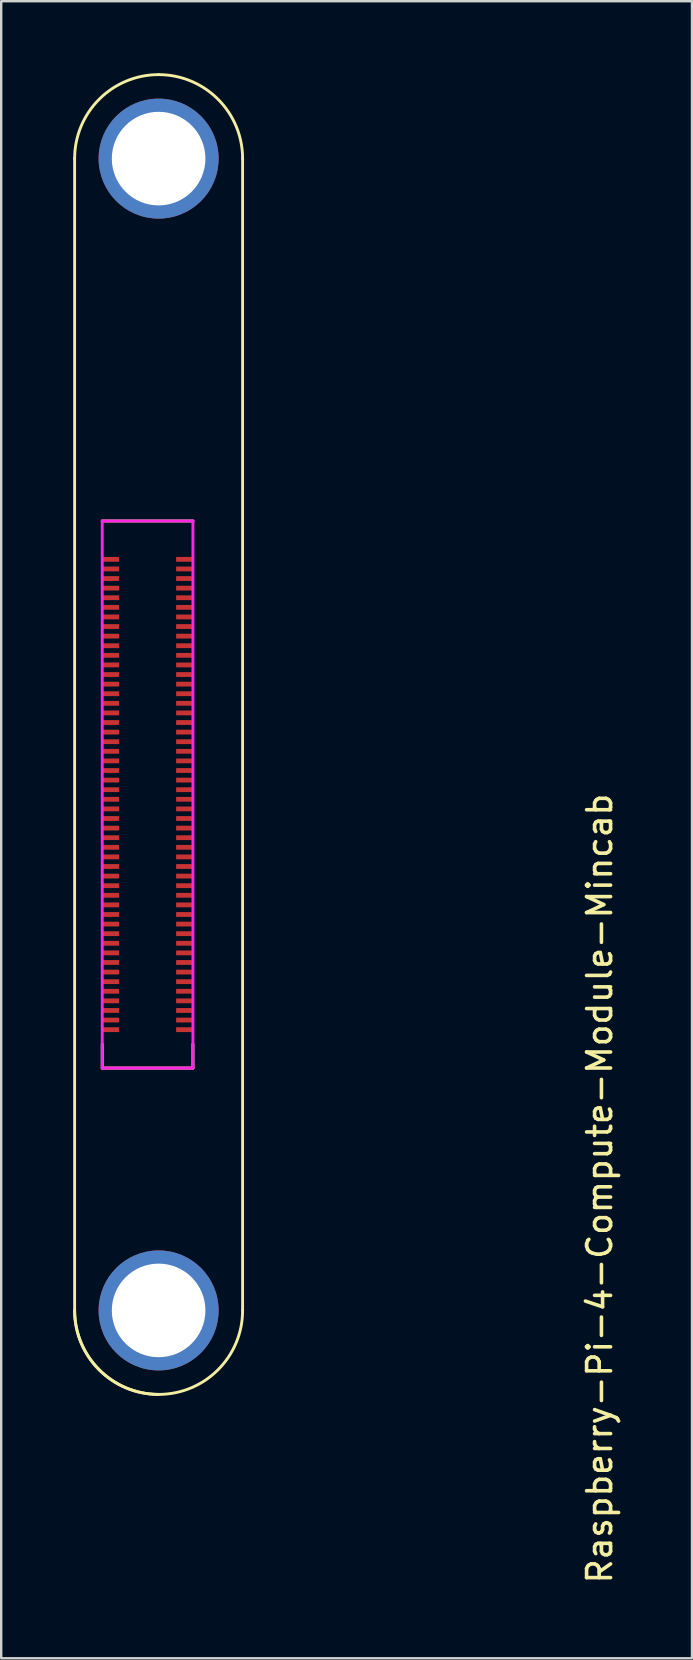
<source format=kicad_pcb>
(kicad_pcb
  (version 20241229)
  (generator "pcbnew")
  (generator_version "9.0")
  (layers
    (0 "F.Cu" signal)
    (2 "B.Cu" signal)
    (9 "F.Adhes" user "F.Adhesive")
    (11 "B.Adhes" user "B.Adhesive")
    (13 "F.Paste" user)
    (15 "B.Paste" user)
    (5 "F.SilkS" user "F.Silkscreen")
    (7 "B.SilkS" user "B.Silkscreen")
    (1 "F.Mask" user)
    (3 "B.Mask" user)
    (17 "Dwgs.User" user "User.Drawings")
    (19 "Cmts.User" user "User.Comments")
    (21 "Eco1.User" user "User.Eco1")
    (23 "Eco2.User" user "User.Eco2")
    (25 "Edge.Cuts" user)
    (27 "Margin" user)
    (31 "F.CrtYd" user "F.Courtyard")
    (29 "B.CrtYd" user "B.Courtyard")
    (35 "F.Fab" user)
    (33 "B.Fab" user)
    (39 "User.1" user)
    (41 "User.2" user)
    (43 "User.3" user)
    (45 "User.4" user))
  (footprint "Raspberry-Pi-4-Compute-Module-Mincab"
    (layer "F.Cu")
    (at 3.56 51.56)
    (property "Reference" "Raspberry-Pi-4-Compute-Module-Mincab" (at 18.38 -5.08 90) (layer "F.SilkS") (effects (font (size 1 1) (thickness 0.15))))
    (attr smd)
    (fp_line (start -3.5 -48) (end -3.5 0) (stroke (width 0.12) (type solid)) (layer "F.SilkS"))
    (fp_line (start -2.35 -32.9) (end 1.43 -32.9) (stroke (width 0.12) (type solid)) (layer "F.SilkS"))
    (fp_line (start -2.35 -10.1) (end -2.35 -11.1) (stroke (width 0.12) (type solid)) (layer "F.SilkS"))
    (fp_line (start -2.35 -10.1) (end 1.43 -10.1) (stroke (width 0.12) (type solid)) (layer "F.SilkS"))
    (fp_line (start 1.43 -10.1) (end 1.43 -11.1) (stroke (width 0.12) (type solid)) (layer "F.SilkS"))
    (fp_line (start 3.5 0) (end 3.5 -48) (stroke (width 0.12) (type solid)) (layer "F.SilkS"))
    (fp_arc (start -3.5 -48) (mid -2.474874 -50.474874) (end 0 -51.5) (stroke (width 0.12) (type solid)) (layer "F.SilkS"))
    (fp_arc (start 0 -51.5) (mid 2.474874 -50.474874) (end 3.5 -48) (stroke (width 0.12) (type solid)) (layer "F.SilkS"))
    (fp_arc (start 0 3.5) (mid -2.474874 2.474874) (end -3.5 0) (stroke (width 0.12) (type solid)) (layer "F.SilkS"))
    (fp_arc (start 3.5 0) (mid 0 3.5) (end -3.5 0) (stroke (width 0.12) (type solid)) (layer "F.SilkS"))
    (fp_line (start -2.35 -32.9) (end 1.43 -32.9) (stroke (width 0.12) (type solid)) (layer "F.CrtYd"))
    (fp_line (start -2.35 -10.1) (end -2.35 -32.9) (stroke (width 0.12) (type solid)) (layer "F.CrtYd"))
    (fp_line (start 1.43 -32.9) (end 1.43 -10.1) (stroke (width 0.12) (type solid)) (layer "F.CrtYd"))
    (fp_line (start 1.43 -10.1) (end -2.35 -10.1) (stroke (width 0.12) (type solid)) (layer "F.CrtYd"))
    (pad "1" smd rect (at -2 -31.3 270) (size 0.2 0.7) (layers "F.Cu" "F.Mask" "F.Paste"))
    (pad "2" smd rect (at 1.08 -31.3 270) (size 0.2 0.7) (layers "F.Cu" "F.Mask" "F.Paste"))
    (pad "3" smd rect (at -2 -30.9 270) (size 0.2 0.7) (layers "F.Cu" "F.Mask" "F.Paste"))
    (pad "4" smd rect (at 1.08 -30.9 270) (size 0.2 0.7) (layers "F.Cu" "F.Mask" "F.Paste"))
    (pad "5" smd rect (at -2 -30.5 270) (size 0.2 0.7) (layers "F.Cu" "F.Mask" "F.Paste"))
    (pad "6" smd rect (at 1.08 -30.5 270) (size 0.2 0.7) (layers "F.Cu" "F.Mask" "F.Paste"))
    (pad "7" smd rect (at -2 -30.1 270) (size 0.2 0.7) (layers "F.Cu" "F.Mask" "F.Paste"))
    (pad "8" smd rect (at 1.08 -30.1 270) (size 0.2 0.7) (layers "F.Cu" "F.Mask" "F.Paste"))
    (pad "9" smd rect (at -2 -29.7 270) (size 0.2 0.7) (layers "F.Cu" "F.Mask" "F.Paste"))
    (pad "10" smd rect (at 1.08 -29.7 270) (size 0.2 0.7) (layers "F.Cu" "F.Mask" "F.Paste"))
    (pad "11" smd rect (at -2 -29.3 270) (size 0.2 0.7) (layers "F.Cu" "F.Mask" "F.Paste"))
    (pad "12" smd rect (at 1.08 -29.3 270) (size 0.2 0.7) (layers "F.Cu" "F.Mask" "F.Paste"))
    (pad "13" smd rect (at -2 -28.9 270) (size 0.2 0.7) (layers "F.Cu" "F.Mask" "F.Paste"))
    (pad "14" smd rect (at 1.08 -28.9 270) (size 0.2 0.7) (layers "F.Cu" "F.Mask" "F.Paste"))
    (pad "15" smd rect (at -2 -28.5 270) (size 0.2 0.7) (layers "F.Cu" "F.Mask" "F.Paste"))
    (pad "16" smd rect (at 1.08 -28.5 270) (size 0.2 0.7) (layers "F.Cu" "F.Mask" "F.Paste"))
    (pad "17" smd rect (at -2 -28.1 270) (size 0.2 0.7) (layers "F.Cu" "F.Mask" "F.Paste"))
    (pad "18" smd rect (at 1.08 -28.1 270) (size 0.2 0.7) (layers "F.Cu" "F.Mask" "F.Paste"))
    (pad "19" smd rect (at -2 -27.7 270) (size 0.2 0.7) (layers "F.Cu" "F.Mask" "F.Paste"))
    (pad "20" smd rect (at 1.08 -27.7 270) (size 0.2 0.7) (layers "F.Cu" "F.Mask" "F.Paste"))
    (pad "21" smd rect (at -2 -27.3 270) (size 0.2 0.7) (layers "F.Cu" "F.Mask" "F.Paste"))
    (pad "22" smd rect (at 1.08 -27.3 270) (size 0.2 0.7) (layers "F.Cu" "F.Mask" "F.Paste"))
    (pad "23" smd rect (at -2 -26.9 270) (size 0.2 0.7) (layers "F.Cu" "F.Mask" "F.Paste"))
    (pad "24" smd rect (at 1.08 -26.9 270) (size 0.2 0.7) (layers "F.Cu" "F.Mask" "F.Paste"))
    (pad "25" smd rect (at -2 -26.5 270) (size 0.2 0.7) (layers "F.Cu" "F.Mask" "F.Paste"))
    (pad "26" smd rect (at 1.08 -26.5 270) (size 0.2 0.7) (layers "F.Cu" "F.Mask" "F.Paste"))
    (pad "27" smd rect (at -2 -26.1 270) (size 0.2 0.7) (layers "F.Cu" "F.Mask" "F.Paste"))
    (pad "28" smd rect (at 1.08 -26.1 270) (size 0.2 0.7) (layers "F.Cu" "F.Mask" "F.Paste"))
    (pad "29" smd rect (at -2 -25.7 270) (size 0.2 0.7) (layers "F.Cu" "F.Mask" "F.Paste"))
    (pad "30" smd rect (at 1.08 -25.7 270) (size 0.2 0.7) (layers "F.Cu" "F.Mask" "F.Paste"))
    (pad "31" smd rect (at -2 -25.3 270) (size 0.2 0.7) (layers "F.Cu" "F.Mask" "F.Paste"))
    (pad "32" smd rect (at 1.08 -25.3 270) (size 0.2 0.7) (layers "F.Cu" "F.Mask" "F.Paste"))
    (pad "33" smd rect (at -2 -24.9 270) (size 0.2 0.7) (layers "F.Cu" "F.Mask" "F.Paste"))
    (pad "34" smd rect (at 1.08 -24.9 270) (size 0.2 0.7) (layers "F.Cu" "F.Mask" "F.Paste"))
    (pad "35" smd rect (at -2 -24.5 270) (size 0.2 0.7) (layers "F.Cu" "F.Mask" "F.Paste"))
    (pad "36" smd rect (at 1.08 -24.5 270) (size 0.2 0.7) (layers "F.Cu" "F.Mask" "F.Paste"))
    (pad "37" smd rect (at -2 -24.1 270) (size 0.2 0.7) (layers "F.Cu" "F.Mask" "F.Paste"))
    (pad "38" smd rect (at 1.08 -24.1 270) (size 0.2 0.7) (layers "F.Cu" "F.Mask" "F.Paste"))
    (pad "39" smd rect (at -2 -23.7 270) (size 0.2 0.7) (layers "F.Cu" "F.Mask" "F.Paste"))
    (pad "40" smd rect (at 1.08 -23.7 270) (size 0.2 0.7) (layers "F.Cu" "F.Mask" "F.Paste"))
    (pad "41" smd rect (at -2 -23.3 270) (size 0.2 0.7) (layers "F.Cu" "F.Mask" "F.Paste"))
    (pad "42" smd rect (at 1.08 -23.3 270) (size 0.2 0.7) (layers "F.Cu" "F.Mask" "F.Paste"))
    (pad "43" smd rect (at -2 -22.9 270) (size 0.2 0.7) (layers "F.Cu" "F.Mask" "F.Paste"))
    (pad "44" smd rect (at 1.08 -22.9 270) (size 0.2 0.7) (layers "F.Cu" "F.Mask" "F.Paste"))
    (pad "45" smd rect (at -2 -22.5 270) (size 0.2 0.7) (layers "F.Cu" "F.Mask" "F.Paste"))
    (pad "46" smd rect (at 1.08 -22.5 270) (size 0.2 0.7) (layers "F.Cu" "F.Mask" "F.Paste"))
    (pad "47" smd rect (at -2 -22.1 270) (size 0.2 0.7) (layers "F.Cu" "F.Mask" "F.Paste"))
    (pad "48" smd rect (at 1.08 -22.1 270) (size 0.2 0.7) (layers "F.Cu" "F.Mask" "F.Paste"))
    (pad "49" smd rect (at -2 -21.7 270) (size 0.2 0.7) (layers "F.Cu" "F.Mask" "F.Paste"))
    (pad "50" smd rect (at 1.08 -21.7 270) (size 0.2 0.7) (layers "F.Cu" "F.Mask" "F.Paste"))
    (pad "51" smd rect (at -2 -21.3 270) (size 0.2 0.7) (layers "F.Cu" "F.Mask" "F.Paste"))
    (pad "52" smd rect (at 1.08 -21.3 270) (size 0.2 0.7) (layers "F.Cu" "F.Mask" "F.Paste"))
    (pad "53" smd rect (at -2 -20.9 270) (size 0.2 0.7) (layers "F.Cu" "F.Mask" "F.Paste"))
    (pad "54" smd rect (at 1.08 -20.9 270) (size 0.2 0.7) (layers "F.Cu" "F.Mask" "F.Paste"))
    (pad "55" smd rect (at -2 -20.5 270) (size 0.2 0.7) (layers "F.Cu" "F.Mask" "F.Paste"))
    (pad "56" smd rect (at 1.08 -20.5 270) (size 0.2 0.7) (layers "F.Cu" "F.Mask" "F.Paste"))
    (pad "57" smd rect (at -2 -20.1 270) (size 0.2 0.7) (layers "F.Cu" "F.Mask" "F.Paste"))
    (pad "58" smd rect (at 1.08 -20.1 270) (size 0.2 0.7) (layers "F.Cu" "F.Mask" "F.Paste"))
    (pad "59" smd rect (at -2 -19.7 270) (size 0.2 0.7) (layers "F.Cu" "F.Mask" "F.Paste"))
    (pad "60" smd rect (at 1.08 -19.7 270) (size 0.2 0.7) (layers "F.Cu" "F.Mask" "F.Paste"))
    (pad "61" smd rect (at -2 -19.3 270) (size 0.2 0.7) (layers "F.Cu" "F.Mask" "F.Paste"))
    (pad "62" smd rect (at 1.08 -19.3 270) (size 0.2 0.7) (layers "F.Cu" "F.Mask" "F.Paste"))
    (pad "63" smd rect (at -2 -18.9 270) (size 0.2 0.7) (layers "F.Cu" "F.Mask" "F.Paste"))
    (pad "64" smd rect (at 1.08 -18.9 270) (size 0.2 0.7) (layers "F.Cu" "F.Mask" "F.Paste"))
    (pad "65" smd rect (at -2 -18.5 270) (size 0.2 0.7) (layers "F.Cu" "F.Mask" "F.Paste"))
    (pad "66" smd rect (at 1.08 -18.5 270) (size 0.2 0.7) (layers "F.Cu" "F.Mask" "F.Paste"))
    (pad "67" smd rect (at -2 -18.1 270) (size 0.2 0.7) (layers "F.Cu" "F.Mask" "F.Paste"))
    (pad "68" smd rect (at 1.08 -18.1 270) (size 0.2 0.7) (layers "F.Cu" "F.Mask" "F.Paste"))
    (pad "69" smd rect (at -2 -17.7 270) (size 0.2 0.7) (layers "F.Cu" "F.Mask" "F.Paste"))
    (pad "70" smd rect (at 1.08 -17.7 270) (size 0.2 0.7) (layers "F.Cu" "F.Mask" "F.Paste"))
    (pad "71" smd rect (at -2 -17.3 270) (size 0.2 0.7) (layers "F.Cu" "F.Mask" "F.Paste"))
    (pad "72" smd rect (at 1.08 -17.3 270) (size 0.2 0.7) (layers "F.Cu" "F.Mask" "F.Paste"))
    (pad "73" smd rect (at -2 -16.9 270) (size 0.2 0.7) (layers "F.Cu" "F.Mask" "F.Paste"))
    (pad "74" smd rect (at 1.08 -16.9 270) (size 0.2 0.7) (layers "F.Cu" "F.Mask" "F.Paste"))
    (pad "75" smd rect (at -2 -16.5 270) (size 0.2 0.7) (layers "F.Cu" "F.Mask" "F.Paste"))
    (pad "76" smd rect (at 1.08 -16.5 270) (size 0.2 0.7) (layers "F.Cu" "F.Mask" "F.Paste"))
    (pad "77" smd rect (at -2 -16.1 270) (size 0.2 0.7) (layers "F.Cu" "F.Mask" "F.Paste"))
    (pad "78" smd rect (at 1.08 -16.1 270) (size 0.2 0.7) (layers "F.Cu" "F.Mask" "F.Paste"))
    (pad "79" smd rect (at -2 -15.7 270) (size 0.2 0.7) (layers "F.Cu" "F.Mask" "F.Paste"))
    (pad "80" smd rect (at 1.08 -15.7 270) (size 0.2 0.7) (layers "F.Cu" "F.Mask" "F.Paste"))
    (pad "81" smd rect (at -2 -15.3 270) (size 0.2 0.7) (layers "F.Cu" "F.Mask" "F.Paste"))
    (pad "82" smd rect (at 1.08 -15.3 270) (size 0.2 0.7) (layers "F.Cu" "F.Mask" "F.Paste"))
    (pad "83" smd rect (at -2 -14.9 270) (size 0.2 0.7) (layers "F.Cu" "F.Mask" "F.Paste"))
    (pad "84" smd rect (at 1.08 -14.9 270) (size 0.2 0.7) (layers "F.Cu" "F.Mask" "F.Paste"))
    (pad "85" smd rect (at -2 -14.5 270) (size 0.2 0.7) (layers "F.Cu" "F.Mask" "F.Paste"))
    (pad "86" smd rect (at 1.08 -14.5 270) (size 0.2 0.7) (layers "F.Cu" "F.Mask" "F.Paste"))
    (pad "87" smd rect (at -2 -14.1 270) (size 0.2 0.7) (layers "F.Cu" "F.Mask" "F.Paste"))
    (pad "88" smd rect (at 1.08 -14.1 270) (size 0.2 0.7) (layers "F.Cu" "F.Mask" "F.Paste"))
    (pad "89" smd rect (at -2 -13.7 270) (size 0.2 0.7) (layers "F.Cu" "F.Mask" "F.Paste"))
    (pad "90" smd rect (at 1.08 -13.7 270) (size 0.2 0.7) (layers "F.Cu" "F.Mask" "F.Paste"))
    (pad "91" smd rect (at -2 -13.3 270) (size 0.2 0.7) (layers "F.Cu" "F.Mask" "F.Paste"))
    (pad "92" smd rect (at 1.08 -13.3 270) (size 0.2 0.7) (layers "F.Cu" "F.Mask" "F.Paste"))
    (pad "93" smd rect (at -2 -12.9 270) (size 0.2 0.7) (layers "F.Cu" "F.Mask" "F.Paste"))
    (pad "94" smd rect (at 1.08 -12.9 270) (size 0.2 0.7) (layers "F.Cu" "F.Mask" "F.Paste"))
    (pad "95" smd rect (at -2 -12.5 270) (size 0.2 0.7) (layers "F.Cu" "F.Mask" "F.Paste"))
    (pad "96" smd rect (at 1.08 -12.5 270) (size 0.2 0.7) (layers "F.Cu" "F.Mask" "F.Paste"))
    (pad "97" smd rect (at -2 -12.1 270) (size 0.2 0.7) (layers "F.Cu" "F.Mask" "F.Paste"))
    (pad "98" smd rect (at 1.08 -12.1 270) (size 0.2 0.7) (layers "F.Cu" "F.Mask" "F.Paste"))
    (pad "99" smd rect (at -2 -11.7 270) (size 0.2 0.7) (layers "F.Cu" "F.Mask" "F.Paste"))
    (pad "100" smd rect (at 1.08 -11.7 270) (size 0.2 0.7) (layers "F.Cu" "F.Mask" "F.Paste"))
    (pad "S2" thru_hole circle (at 0 -48) (size 5 5) (drill 3.9) (layers "*.Cu" "*.Mask"))
    (pad "S2" thru_hole circle (at 0 0) (size 5 5) (drill 3.9) (layers "*.Cu" "*.Mask")))
  (gr_rect
    (start -3 -3)
    (end 25.788 66.057)
    (stroke (width 0.1) (type default))
    (fill no)
    (layer "Edge.Cuts")))
</source>
